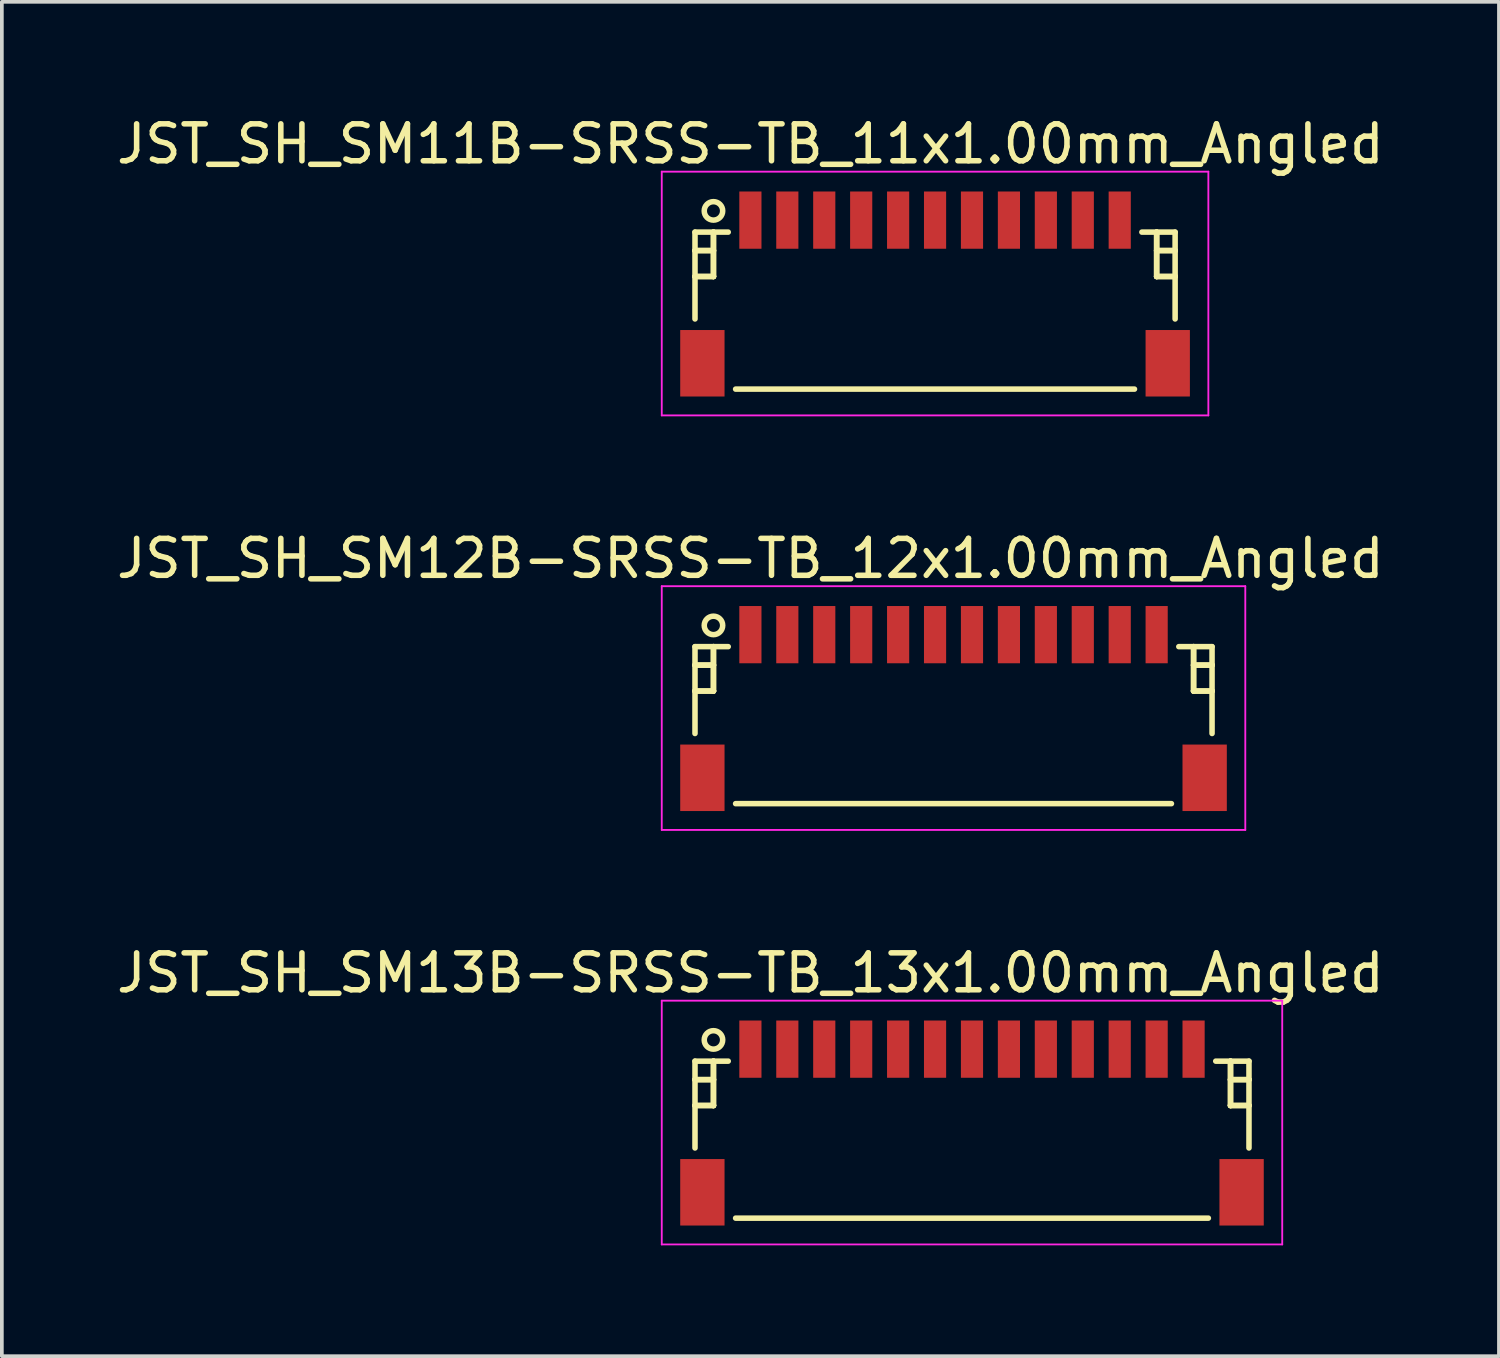
<source format=kicad_pcb>
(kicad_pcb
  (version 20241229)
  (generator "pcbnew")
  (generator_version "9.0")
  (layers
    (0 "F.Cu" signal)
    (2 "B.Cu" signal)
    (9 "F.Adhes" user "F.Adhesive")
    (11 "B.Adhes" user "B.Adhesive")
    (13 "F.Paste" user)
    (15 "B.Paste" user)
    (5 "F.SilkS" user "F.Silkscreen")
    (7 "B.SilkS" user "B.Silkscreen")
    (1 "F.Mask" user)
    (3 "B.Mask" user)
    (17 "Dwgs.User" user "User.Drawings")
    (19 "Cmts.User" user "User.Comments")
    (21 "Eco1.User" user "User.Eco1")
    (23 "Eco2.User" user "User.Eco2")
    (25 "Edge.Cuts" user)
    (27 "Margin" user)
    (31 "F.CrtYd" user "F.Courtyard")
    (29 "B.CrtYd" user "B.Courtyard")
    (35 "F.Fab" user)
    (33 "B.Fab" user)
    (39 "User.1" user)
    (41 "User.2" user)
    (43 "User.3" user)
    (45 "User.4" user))
  (footprint "JST_SH_SM12B-SRSS-TB_12x1.00mm_Angled"
    (layer "F.Cu")
    (at 22.768 16.072)
    (property "Reference" "JST_SH_SM12B-SRSS-TB_12x1.00mm_Angled" (at -5.5 -4 0) (layer "F.SilkS") (effects (font (size 1 1) (thickness 0.15))))
    (attr smd)
    (fp_line (start -7 -1.613) (end -6.1 -1.613) (stroke (width 0.15) (type solid)) (layer "F.SilkS"))
    (fp_line (start -7 -1.113) (end -7 -1.113) (stroke (width 0.15) (type solid)) (layer "F.SilkS"))
    (fp_line (start -7 -1.113) (end -6.5 -1.113) (stroke (width 0.15) (type solid)) (layer "F.SilkS"))
    (fp_line (start -7 -0.412) (end -7 -0.412) (stroke (width 0.15) (type solid)) (layer "F.SilkS"))
    (fp_line (start -7 -0.412) (end -6.5 -0.412) (stroke (width 0.15) (type solid)) (layer "F.SilkS"))
    (fp_line (start -7 0.738) (end -7 -1.613) (stroke (width 0.15) (type solid)) (layer "F.SilkS"))
    (fp_line (start -6.5 -1.613) (end -6.5 -1.613) (stroke (width 0.15) (type solid)) (layer "F.SilkS"))
    (fp_line (start -6.5 -1.613) (end -6.5 -0.412) (stroke (width 0.15) (type solid)) (layer "F.SilkS"))
    (fp_line (start -6.5 -1.113) (end -7 -1.113) (stroke (width 0.15) (type solid)) (layer "F.SilkS"))
    (fp_line (start -6.5 -1.113) (end -6.5 -1.113) (stroke (width 0.15) (type solid)) (layer "F.SilkS"))
    (fp_line (start -6.5 -0.412) (end -7 -0.412) (stroke (width 0.15) (type solid)) (layer "F.SilkS"))
    (fp_line (start -6.5 -0.412) (end -6.5 -1.613) (stroke (width 0.15) (type solid)) (layer "F.SilkS"))
    (fp_line (start -6.5 -0.412) (end -6.5 -0.412) (stroke (width 0.15) (type solid)) (layer "F.SilkS"))
    (fp_line (start -6.5 -0.412) (end -6.5 -0.412) (stroke (width 0.15) (type solid)) (layer "F.SilkS"))
    (fp_line (start -5.9 2.638) (end 5.9 2.638) (stroke (width 0.15) (type solid)) (layer "F.SilkS"))
    (fp_line (start 6.5 -1.613) (end 6.5 -1.613) (stroke (width 0.15) (type solid)) (layer "F.SilkS"))
    (fp_line (start 6.5 -1.613) (end 6.5 -0.412) (stroke (width 0.15) (type solid)) (layer "F.SilkS"))
    (fp_line (start 6.5 -1.113) (end 6.5 -1.113) (stroke (width 0.15) (type solid)) (layer "F.SilkS"))
    (fp_line (start 6.5 -1.113) (end 7 -1.113) (stroke (width 0.15) (type solid)) (layer "F.SilkS"))
    (fp_line (start 6.5 -0.412) (end 6.5 -1.613) (stroke (width 0.15) (type solid)) (layer "F.SilkS"))
    (fp_line (start 6.5 -0.412) (end 6.5 -0.412) (stroke (width 0.15) (type solid)) (layer "F.SilkS"))
    (fp_line (start 6.5 -0.412) (end 6.5 -0.412) (stroke (width 0.15) (type solid)) (layer "F.SilkS"))
    (fp_line (start 6.5 -0.412) (end 7 -0.412) (stroke (width 0.15) (type solid)) (layer "F.SilkS"))
    (fp_line (start 7 -1.613) (end 6.1 -1.613) (stroke (width 0.15) (type solid)) (layer "F.SilkS"))
    (fp_line (start 7 -1.113) (end 6.5 -1.113) (stroke (width 0.15) (type solid)) (layer "F.SilkS"))
    (fp_line (start 7 -1.113) (end 7 -1.113) (stroke (width 0.15) (type solid)) (layer "F.SilkS"))
    (fp_line (start 7 -0.412) (end 6.5 -0.412) (stroke (width 0.15) (type solid)) (layer "F.SilkS"))
    (fp_line (start 7 -0.412) (end 7 -0.412) (stroke (width 0.15) (type solid)) (layer "F.SilkS"))
    (fp_line (start 7 0.738) (end 7 -1.613) (stroke (width 0.15) (type solid)) (layer "F.SilkS"))
    (fp_circle (center -6.5 -2.188) (end -6.25 -2.188) (stroke (width 0.15) (type solid)) (fill no) (layer "F.SilkS"))
    (fp_line (start -7.9 -3.25) (end 7.9 -3.25) (stroke (width 0.05) (type solid)) (layer "F.CrtYd"))
    (fp_line (start -7.9 3.35) (end -7.9 -3.25) (stroke (width 0.05) (type solid)) (layer "F.CrtYd"))
    (fp_line (start 7.9 -3.25) (end 7.9 3.35) (stroke (width 0.05) (type solid)) (layer "F.CrtYd"))
    (fp_line (start 7.9 3.35) (end -7.9 3.35) (stroke (width 0.05) (type solid)) (layer "F.CrtYd"))
    (pad "" smd rect (at -6.8 1.938) (size 1.2 1.8) (layers "F.Cu" "F.Mask" "F.Paste"))
    (pad "" smd rect (at 6.8 1.938) (size 1.2 1.8) (layers "F.Cu" "F.Mask" "F.Paste"))
    (pad "1" smd rect (at -5.5 -1.938) (size 0.6 1.55) (layers "F.Cu" "F.Mask" "F.Paste"))
    (pad "2" smd rect (at -4.5 -1.938) (size 0.6 1.55) (layers "F.Cu" "F.Mask" "F.Paste"))
    (pad "3" smd rect (at -3.5 -1.938) (size 0.6 1.55) (layers "F.Cu" "F.Mask" "F.Paste"))
    (pad "4" smd rect (at -2.5 -1.938) (size 0.6 1.55) (layers "F.Cu" "F.Mask" "F.Paste"))
    (pad "5" smd rect (at -1.5 -1.938) (size 0.6 1.55) (layers "F.Cu" "F.Mask" "F.Paste"))
    (pad "6" smd rect (at -0.5 -1.938) (size 0.6 1.55) (layers "F.Cu" "F.Mask" "F.Paste"))
    (pad "7" smd rect (at 0.5 -1.938) (size 0.6 1.55) (layers "F.Cu" "F.Mask" "F.Paste"))
    (pad "8" smd rect (at 1.5 -1.938) (size 0.6 1.55) (layers "F.Cu" "F.Mask" "F.Paste"))
    (pad "9" smd rect (at 2.5 -1.938) (size 0.6 1.55) (layers "F.Cu" "F.Mask" "F.Paste"))
    (pad "10" smd rect (at 3.5 -1.938) (size 0.6 1.55) (layers "F.Cu" "F.Mask" "F.Paste"))
    (pad "11" smd rect (at 4.5 -1.938) (size 0.6 1.55) (layers "F.Cu" "F.Mask" "F.Paste"))
    (pad "12" smd rect (at 5.5 -1.938) (size 0.6 1.55) (layers "F.Cu" "F.Mask" "F.Paste")))
  (footprint "JST_SH_SM11B-SRSS-TB_11x1.00mm_Angled"
    (layer "F.Cu")
    (at 22.268 4.848)
    (property "Reference" "JST_SH_SM11B-SRSS-TB_11x1.00mm_Angled" (at -5 -4 0) (layer "F.SilkS") (effects (font (size 1 1) (thickness 0.15))))
    (attr smd)
    (fp_line (start -6.5 -1.613) (end -5.6 -1.613) (stroke (width 0.15) (type solid)) (layer "F.SilkS"))
    (fp_line (start -6.5 -1.113) (end -6.5 -1.113) (stroke (width 0.15) (type solid)) (layer "F.SilkS"))
    (fp_line (start -6.5 -1.113) (end -6 -1.113) (stroke (width 0.15) (type solid)) (layer "F.SilkS"))
    (fp_line (start -6.5 -0.412) (end -6.5 -0.412) (stroke (width 0.15) (type solid)) (layer "F.SilkS"))
    (fp_line (start -6.5 -0.412) (end -6 -0.412) (stroke (width 0.15) (type solid)) (layer "F.SilkS"))
    (fp_line (start -6.5 0.738) (end -6.5 -1.613) (stroke (width 0.15) (type solid)) (layer "F.SilkS"))
    (fp_line (start -6 -1.613) (end -6 -1.613) (stroke (width 0.15) (type solid)) (layer "F.SilkS"))
    (fp_line (start -6 -1.613) (end -6 -0.412) (stroke (width 0.15) (type solid)) (layer "F.SilkS"))
    (fp_line (start -6 -1.113) (end -6.5 -1.113) (stroke (width 0.15) (type solid)) (layer "F.SilkS"))
    (fp_line (start -6 -1.113) (end -6 -1.113) (stroke (width 0.15) (type solid)) (layer "F.SilkS"))
    (fp_line (start -6 -0.412) (end -6.5 -0.412) (stroke (width 0.15) (type solid)) (layer "F.SilkS"))
    (fp_line (start -6 -0.412) (end -6 -1.613) (stroke (width 0.15) (type solid)) (layer "F.SilkS"))
    (fp_line (start -6 -0.412) (end -6 -0.412) (stroke (width 0.15) (type solid)) (layer "F.SilkS"))
    (fp_line (start -6 -0.412) (end -6 -0.412) (stroke (width 0.15) (type solid)) (layer "F.SilkS"))
    (fp_line (start -5.4 2.638) (end 5.4 2.638) (stroke (width 0.15) (type solid)) (layer "F.SilkS"))
    (fp_line (start 6 -1.613) (end 6 -1.613) (stroke (width 0.15) (type solid)) (layer "F.SilkS"))
    (fp_line (start 6 -1.613) (end 6 -0.412) (stroke (width 0.15) (type solid)) (layer "F.SilkS"))
    (fp_line (start 6 -1.113) (end 6 -1.113) (stroke (width 0.15) (type solid)) (layer "F.SilkS"))
    (fp_line (start 6 -1.113) (end 6.5 -1.113) (stroke (width 0.15) (type solid)) (layer "F.SilkS"))
    (fp_line (start 6 -0.412) (end 6 -1.613) (stroke (width 0.15) (type solid)) (layer "F.SilkS"))
    (fp_line (start 6 -0.412) (end 6 -0.412) (stroke (width 0.15) (type solid)) (layer "F.SilkS"))
    (fp_line (start 6 -0.412) (end 6 -0.412) (stroke (width 0.15) (type solid)) (layer "F.SilkS"))
    (fp_line (start 6 -0.412) (end 6.5 -0.412) (stroke (width 0.15) (type solid)) (layer "F.SilkS"))
    (fp_line (start 6.5 -1.613) (end 5.6 -1.613) (stroke (width 0.15) (type solid)) (layer "F.SilkS"))
    (fp_line (start 6.5 -1.113) (end 6 -1.113) (stroke (width 0.15) (type solid)) (layer "F.SilkS"))
    (fp_line (start 6.5 -1.113) (end 6.5 -1.113) (stroke (width 0.15) (type solid)) (layer "F.SilkS"))
    (fp_line (start 6.5 -0.412) (end 6 -0.412) (stroke (width 0.15) (type solid)) (layer "F.SilkS"))
    (fp_line (start 6.5 -0.412) (end 6.5 -0.412) (stroke (width 0.15) (type solid)) (layer "F.SilkS"))
    (fp_line (start 6.5 0.738) (end 6.5 -1.613) (stroke (width 0.15) (type solid)) (layer "F.SilkS"))
    (fp_circle (center -6 -2.188) (end -5.75 -2.188) (stroke (width 0.15) (type solid)) (fill no) (layer "F.SilkS"))
    (fp_line (start -7.4 -3.25) (end 7.4 -3.25) (stroke (width 0.05) (type solid)) (layer "F.CrtYd"))
    (fp_line (start -7.4 3.35) (end -7.4 -3.25) (stroke (width 0.05) (type solid)) (layer "F.CrtYd"))
    (fp_line (start 7.4 -3.25) (end 7.4 3.35) (stroke (width 0.05) (type solid)) (layer "F.CrtYd"))
    (fp_line (start 7.4 3.35) (end -7.4 3.35) (stroke (width 0.05) (type solid)) (layer "F.CrtYd"))
    (pad "" smd rect (at -6.3 1.938) (size 1.2 1.8) (layers "F.Cu" "F.Mask" "F.Paste"))
    (pad "" smd rect (at 6.3 1.938) (size 1.2 1.8) (layers "F.Cu" "F.Mask" "F.Paste"))
    (pad "1" smd rect (at -5 -1.938) (size 0.6 1.55) (layers "F.Cu" "F.Mask" "F.Paste"))
    (pad "2" smd rect (at -4 -1.938) (size 0.6 1.55) (layers "F.Cu" "F.Mask" "F.Paste"))
    (pad "3" smd rect (at -3 -1.938) (size 0.6 1.55) (layers "F.Cu" "F.Mask" "F.Paste"))
    (pad "4" smd rect (at -2 -1.938) (size 0.6 1.55) (layers "F.Cu" "F.Mask" "F.Paste"))
    (pad "5" smd rect (at -1 -1.938) (size 0.6 1.55) (layers "F.Cu" "F.Mask" "F.Paste"))
    (pad "6" smd rect (at 0 -1.938) (size 0.6 1.55) (layers "F.Cu" "F.Mask" "F.Paste"))
    (pad "7" smd rect (at 1 -1.938) (size 0.6 1.55) (layers "F.Cu" "F.Mask" "F.Paste"))
    (pad "8" smd rect (at 2 -1.938) (size 0.6 1.55) (layers "F.Cu" "F.Mask" "F.Paste"))
    (pad "9" smd rect (at 3 -1.938) (size 0.6 1.55) (layers "F.Cu" "F.Mask" "F.Paste"))
    (pad "10" smd rect (at 4 -1.938) (size 0.6 1.55) (layers "F.Cu" "F.Mask" "F.Paste"))
    (pad "11" smd rect (at 5 -1.938) (size 0.6 1.55) (layers "F.Cu" "F.Mask" "F.Paste")))
  (footprint "JST_SH_SM13B-SRSS-TB_13x1.00mm_Angled"
    (layer "F.Cu")
    (at 23.268 27.295)
    (property "Reference" "JST_SH_SM13B-SRSS-TB_13x1.00mm_Angled" (at -6 -4 0) (layer "F.SilkS") (effects (font (size 1 1) (thickness 0.15))))
    (attr smd)
    (fp_line (start -7.5 -1.613) (end -6.6 -1.613) (stroke (width 0.15) (type solid)) (layer "F.SilkS"))
    (fp_line (start -7.5 -1.113) (end -7.5 -1.113) (stroke (width 0.15) (type solid)) (layer "F.SilkS"))
    (fp_line (start -7.5 -1.113) (end -7 -1.113) (stroke (width 0.15) (type solid)) (layer "F.SilkS"))
    (fp_line (start -7.5 -0.412) (end -7.5 -0.412) (stroke (width 0.15) (type solid)) (layer "F.SilkS"))
    (fp_line (start -7.5 -0.412) (end -7 -0.412) (stroke (width 0.15) (type solid)) (layer "F.SilkS"))
    (fp_line (start -7.5 0.738) (end -7.5 -1.613) (stroke (width 0.15) (type solid)) (layer "F.SilkS"))
    (fp_line (start -7 -1.613) (end -7 -1.613) (stroke (width 0.15) (type solid)) (layer "F.SilkS"))
    (fp_line (start -7 -1.613) (end -7 -0.412) (stroke (width 0.15) (type solid)) (layer "F.SilkS"))
    (fp_line (start -7 -1.113) (end -7.5 -1.113) (stroke (width 0.15) (type solid)) (layer "F.SilkS"))
    (fp_line (start -7 -1.113) (end -7 -1.113) (stroke (width 0.15) (type solid)) (layer "F.SilkS"))
    (fp_line (start -7 -0.412) (end -7.5 -0.412) (stroke (width 0.15) (type solid)) (layer "F.SilkS"))
    (fp_line (start -7 -0.412) (end -7 -1.613) (stroke (width 0.15) (type solid)) (layer "F.SilkS"))
    (fp_line (start -7 -0.412) (end -7 -0.412) (stroke (width 0.15) (type solid)) (layer "F.SilkS"))
    (fp_line (start -7 -0.412) (end -7 -0.412) (stroke (width 0.15) (type solid)) (layer "F.SilkS"))
    (fp_line (start -6.4 2.638) (end 6.4 2.638) (stroke (width 0.15) (type solid)) (layer "F.SilkS"))
    (fp_line (start 7 -1.613) (end 7 -1.613) (stroke (width 0.15) (type solid)) (layer "F.SilkS"))
    (fp_line (start 7 -1.613) (end 7 -0.412) (stroke (width 0.15) (type solid)) (layer "F.SilkS"))
    (fp_line (start 7 -1.113) (end 7 -1.113) (stroke (width 0.15) (type solid)) (layer "F.SilkS"))
    (fp_line (start 7 -1.113) (end 7.5 -1.113) (stroke (width 0.15) (type solid)) (layer "F.SilkS"))
    (fp_line (start 7 -0.412) (end 7 -1.613) (stroke (width 0.15) (type solid)) (layer "F.SilkS"))
    (fp_line (start 7 -0.412) (end 7 -0.412) (stroke (width 0.15) (type solid)) (layer "F.SilkS"))
    (fp_line (start 7 -0.412) (end 7 -0.412) (stroke (width 0.15) (type solid)) (layer "F.SilkS"))
    (fp_line (start 7 -0.412) (end 7.5 -0.412) (stroke (width 0.15) (type solid)) (layer "F.SilkS"))
    (fp_line (start 7.5 -1.613) (end 6.6 -1.613) (stroke (width 0.15) (type solid)) (layer "F.SilkS"))
    (fp_line (start 7.5 -1.113) (end 7 -1.113) (stroke (width 0.15) (type solid)) (layer "F.SilkS"))
    (fp_line (start 7.5 -1.113) (end 7.5 -1.113) (stroke (width 0.15) (type solid)) (layer "F.SilkS"))
    (fp_line (start 7.5 -0.412) (end 7 -0.412) (stroke (width 0.15) (type solid)) (layer "F.SilkS"))
    (fp_line (start 7.5 -0.412) (end 7.5 -0.412) (stroke (width 0.15) (type solid)) (layer "F.SilkS"))
    (fp_line (start 7.5 0.738) (end 7.5 -1.613) (stroke (width 0.15) (type solid)) (layer "F.SilkS"))
    (fp_circle (center -7 -2.188) (end -6.75 -2.188) (stroke (width 0.15) (type solid)) (fill no) (layer "F.SilkS"))
    (fp_line (start -8.4 -3.25) (end 8.4 -3.25) (stroke (width 0.05) (type solid)) (layer "F.CrtYd"))
    (fp_line (start -8.4 3.35) (end -8.4 -3.25) (stroke (width 0.05) (type solid)) (layer "F.CrtYd"))
    (fp_line (start 8.4 -3.25) (end 8.4 3.35) (stroke (width 0.05) (type solid)) (layer "F.CrtYd"))
    (fp_line (start 8.4 3.35) (end -8.4 3.35) (stroke (width 0.05) (type solid)) (layer "F.CrtYd"))
    (pad "" smd rect (at -7.3 1.938) (size 1.2 1.8) (layers "F.Cu" "F.Mask" "F.Paste"))
    (pad "" smd rect (at 7.3 1.938) (size 1.2 1.8) (layers "F.Cu" "F.Mask" "F.Paste"))
    (pad "1" smd rect (at -6 -1.938) (size 0.6 1.55) (layers "F.Cu" "F.Mask" "F.Paste"))
    (pad "2" smd rect (at -5 -1.938) (size 0.6 1.55) (layers "F.Cu" "F.Mask" "F.Paste"))
    (pad "3" smd rect (at -4 -1.938) (size 0.6 1.55) (layers "F.Cu" "F.Mask" "F.Paste"))
    (pad "4" smd rect (at -3 -1.938) (size 0.6 1.55) (layers "F.Cu" "F.Mask" "F.Paste"))
    (pad "5" smd rect (at -2 -1.938) (size 0.6 1.55) (layers "F.Cu" "F.Mask" "F.Paste"))
    (pad "6" smd rect (at -1 -1.938) (size 0.6 1.55) (layers "F.Cu" "F.Mask" "F.Paste"))
    (pad "7" smd rect (at 0 -1.938) (size 0.6 1.55) (layers "F.Cu" "F.Mask" "F.Paste"))
    (pad "8" smd rect (at 1 -1.938) (size 0.6 1.55) (layers "F.Cu" "F.Mask" "F.Paste"))
    (pad "9" smd rect (at 2 -1.938) (size 0.6 1.55) (layers "F.Cu" "F.Mask" "F.Paste"))
    (pad "10" smd rect (at 3 -1.938) (size 0.6 1.55) (layers "F.Cu" "F.Mask" "F.Paste"))
    (pad "11" smd rect (at 4 -1.938) (size 0.6 1.55) (layers "F.Cu" "F.Mask" "F.Paste"))
    (pad "12" smd rect (at 5 -1.938) (size 0.6 1.55) (layers "F.Cu" "F.Mask" "F.Paste"))
    (pad "13" smd rect (at 6 -1.938) (size 0.6 1.55) (layers "F.Cu" "F.Mask" "F.Paste")))
  (gr_rect
    (start -3 -3)
    (end 37.536 33.67)
    (stroke (width 0.1) (type default))
    (fill no)
    (layer "Edge.Cuts")))
</source>
